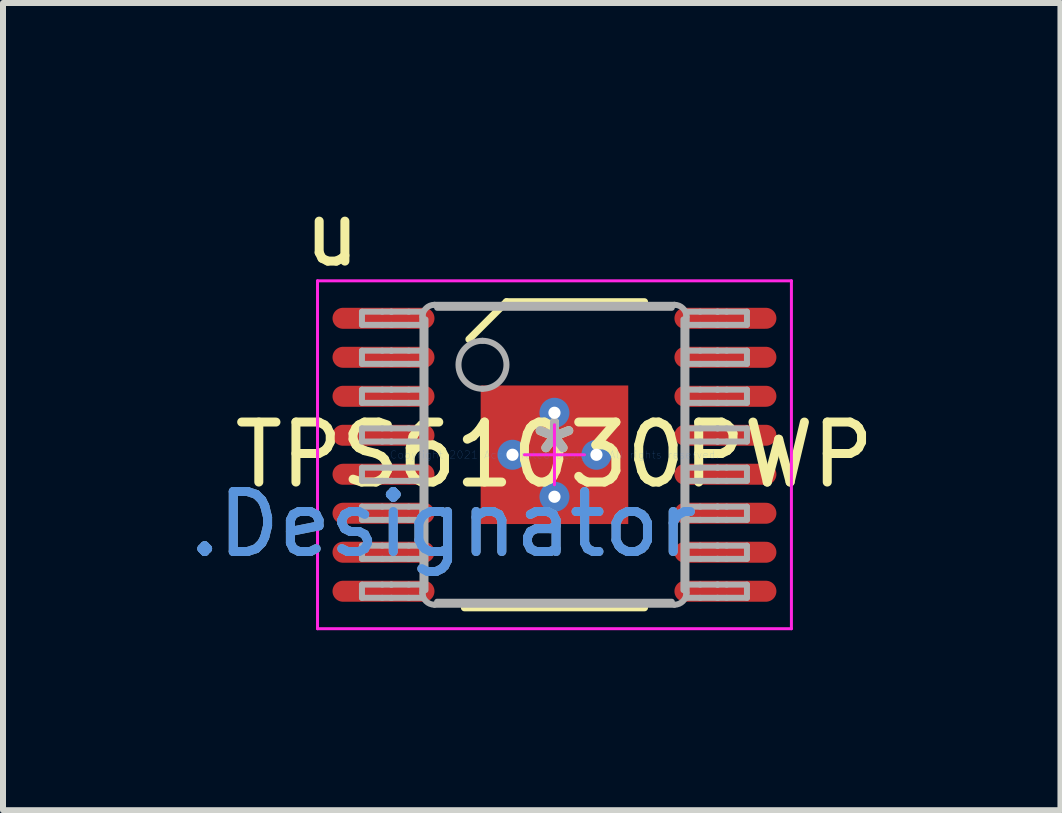
<source format=kicad_pcb>
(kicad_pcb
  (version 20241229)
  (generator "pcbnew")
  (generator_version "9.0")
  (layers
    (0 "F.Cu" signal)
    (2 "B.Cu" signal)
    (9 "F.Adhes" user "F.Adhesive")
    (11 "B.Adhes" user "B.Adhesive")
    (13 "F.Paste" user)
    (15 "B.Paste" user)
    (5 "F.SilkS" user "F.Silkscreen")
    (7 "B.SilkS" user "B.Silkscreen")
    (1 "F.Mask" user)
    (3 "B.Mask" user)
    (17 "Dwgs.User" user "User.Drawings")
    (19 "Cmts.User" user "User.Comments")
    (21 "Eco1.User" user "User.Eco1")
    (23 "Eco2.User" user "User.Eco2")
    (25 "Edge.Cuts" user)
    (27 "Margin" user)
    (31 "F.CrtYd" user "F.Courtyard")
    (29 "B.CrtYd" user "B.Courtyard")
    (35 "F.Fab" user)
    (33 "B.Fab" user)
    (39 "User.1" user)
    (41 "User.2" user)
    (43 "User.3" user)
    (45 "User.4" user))
  (footprint "TPS61030PWP"
    (layer "F.Cu")
    (at 6.193 4.531)
    (property "Reference" "TPS61030PWP" (at 0 0 0) (layer "F.SilkS") (effects (font (size 1 1) (thickness 0.15))))
    (attr through_hole)
    (fp_line (start -1.5 2.55) (end 1.5 2.55) (stroke (width 0.12) (type solid)) (layer "F.SilkS"))
    (fp_line (start -1.425 -1.925) (end -0.8 -2.55) (stroke (width 0.12) (type solid)) (layer "F.SilkS"))
    (fp_line (start -0.8 -2.55) (end 1.5 -2.55) (stroke (width 0.12) (type solid)) (layer "F.SilkS"))
    (fp_line (start -3.95 -2.9) (end 3.95 -2.9) (stroke (width 0.05) (type solid)) (layer "F.CrtYd"))
    (fp_line (start -3.95 2.9) (end -3.95 -2.9) (stroke (width 0.05) (type solid)) (layer "F.CrtYd"))
    (fp_line (start -3.95 2.9) (end 3.95 2.9) (stroke (width 0.05) (type solid)) (layer "F.CrtYd"))
    (fp_line (start -0.5 0.000003) (end 0.5 0.000003) (stroke (width 0.05) (type solid)) (layer "F.CrtYd"))
    (fp_line (start 0 0.5) (end 0 -0.5) (stroke (width 0.05) (type solid)) (layer "F.CrtYd"))
    (fp_line (start 3.95 2.9) (end 3.95 -2.9) (stroke (width 0.05) (type solid)) (layer "F.CrtYd"))
    (fp_line (start -3.209 -2.385) (end -2.871 -2.385) (stroke (width 0.1) (type solid)) (layer "F.Fab"))
    (fp_line (start -3.209 -2.165) (end -3.209 -2.385) (stroke (width 0.1) (type solid)) (layer "F.Fab"))
    (fp_line (start -3.209 -2.165) (end -2.871 -2.165) (stroke (width 0.1) (type solid)) (layer "F.Fab"))
    (fp_line (start -3.209 -1.735) (end -2.871 -1.735) (stroke (width 0.1) (type solid)) (layer "F.Fab"))
    (fp_line (start -3.209 -1.515) (end -3.209 -1.735) (stroke (width 0.1) (type solid)) (layer "F.Fab"))
    (fp_line (start -3.209 -1.515) (end -2.871 -1.515) (stroke (width 0.1) (type solid)) (layer "F.Fab"))
    (fp_line (start -3.209 -1.085) (end -2.871 -1.085) (stroke (width 0.1) (type solid)) (layer "F.Fab"))
    (fp_line (start -3.209 -0.865) (end -3.209 -1.085) (stroke (width 0.1) (type solid)) (layer "F.Fab"))
    (fp_line (start -3.209 -0.865) (end -2.871 -0.865) (stroke (width 0.1) (type solid)) (layer "F.Fab"))
    (fp_line (start -3.209 -0.44) (end -2.871 -0.44) (stroke (width 0.1) (type solid)) (layer "F.Fab"))
    (fp_line (start -3.209 -0.22) (end -3.209 -0.44) (stroke (width 0.1) (type solid)) (layer "F.Fab"))
    (fp_line (start -3.209 -0.22) (end -2.871 -0.22) (stroke (width 0.1) (type solid)) (layer "F.Fab"))
    (fp_line (start -3.209 0.215) (end -2.871 0.215) (stroke (width 0.1) (type solid)) (layer "F.Fab"))
    (fp_line (start -3.209 0.435) (end -3.209 0.215) (stroke (width 0.1) (type solid)) (layer "F.Fab"))
    (fp_line (start -3.209 0.435) (end -2.871 0.435) (stroke (width 0.1) (type solid)) (layer "F.Fab"))
    (fp_line (start -3.209 0.865) (end -2.871 0.865) (stroke (width 0.1) (type solid)) (layer "F.Fab"))
    (fp_line (start -3.209 1.085) (end -3.209 0.865) (stroke (width 0.1) (type solid)) (layer "F.Fab"))
    (fp_line (start -3.209 1.085) (end -2.871 1.085) (stroke (width 0.1) (type solid)) (layer "F.Fab"))
    (fp_line (start -3.209 1.515) (end -2.871 1.515) (stroke (width 0.1) (type solid)) (layer "F.Fab"))
    (fp_line (start -3.209 1.735) (end -3.209 1.515) (stroke (width 0.1) (type solid)) (layer "F.Fab"))
    (fp_line (start -3.209 1.735) (end -2.871 1.735) (stroke (width 0.1) (type solid)) (layer "F.Fab"))
    (fp_line (start -3.209 2.165) (end -2.871 2.165) (stroke (width 0.1) (type solid)) (layer "F.Fab"))
    (fp_line (start -3.209 2.385) (end -3.209 2.165) (stroke (width 0.1) (type solid)) (layer "F.Fab"))
    (fp_line (start -3.209 2.385) (end -2.871 2.385) (stroke (width 0.1) (type solid)) (layer "F.Fab"))
    (fp_line (start -2.871 -2.385) (end -2.723 -2.385) (stroke (width 0.1) (type solid)) (layer "F.Fab"))
    (fp_line (start -2.871 -2.165) (end -2.723 -2.165) (stroke (width 0.1) (type solid)) (layer "F.Fab"))
    (fp_line (start -2.871 -1.735) (end -2.723 -1.735) (stroke (width 0.1) (type solid)) (layer "F.Fab"))
    (fp_line (start -2.871 -1.515) (end -2.723 -1.515) (stroke (width 0.1) (type solid)) (layer "F.Fab"))
    (fp_line (start -2.871 -1.085) (end -2.723 -1.085) (stroke (width 0.1) (type solid)) (layer "F.Fab"))
    (fp_line (start -2.871 -0.865) (end -2.723 -0.865) (stroke (width 0.1) (type solid)) (layer "F.Fab"))
    (fp_line (start -2.871 -0.44) (end -2.723 -0.44) (stroke (width 0.1) (type solid)) (layer "F.Fab"))
    (fp_line (start -2.871 -0.22) (end -2.723 -0.22) (stroke (width 0.1) (type solid)) (layer "F.Fab"))
    (fp_line (start -2.871 0.215) (end -2.723 0.215) (stroke (width 0.1) (type solid)) (layer "F.Fab"))
    (fp_line (start -2.871 0.435) (end -2.723 0.435) (stroke (width 0.1) (type solid)) (layer "F.Fab"))
    (fp_line (start -2.871 0.865) (end -2.723 0.865) (stroke (width 0.1) (type solid)) (layer "F.Fab"))
    (fp_line (start -2.871 1.085) (end -2.723 1.085) (stroke (width 0.1) (type solid)) (layer "F.Fab"))
    (fp_line (start -2.871 1.515) (end -2.723 1.515) (stroke (width 0.1) (type solid)) (layer "F.Fab"))
    (fp_line (start -2.871 1.735) (end -2.723 1.735) (stroke (width 0.1) (type solid)) (layer "F.Fab"))
    (fp_line (start -2.871 2.165) (end -2.723 2.165) (stroke (width 0.1) (type solid)) (layer "F.Fab"))
    (fp_line (start -2.871 2.385) (end -2.723 2.385) (stroke (width 0.1) (type solid)) (layer "F.Fab"))
    (fp_line (start -2.723 -2.385) (end -2.714 -2.385) (stroke (width 0.1) (type solid)) (layer "F.Fab"))
    (fp_line (start -2.723 -2.165) (end -2.714 -2.165) (stroke (width 0.1) (type solid)) (layer "F.Fab"))
    (fp_line (start -2.723 -1.735) (end -2.714 -1.735) (stroke (width 0.1) (type solid)) (layer "F.Fab"))
    (fp_line (start -2.723 -1.515) (end -2.714 -1.515) (stroke (width 0.1) (type solid)) (layer "F.Fab"))
    (fp_line (start -2.723 -1.085) (end -2.714 -1.085) (stroke (width 0.1) (type solid)) (layer "F.Fab"))
    (fp_line (start -2.723 -0.865) (end -2.714 -0.865) (stroke (width 0.1) (type solid)) (layer "F.Fab"))
    (fp_line (start -2.723 -0.44) (end -2.714 -0.44) (stroke (width 0.1) (type solid)) (layer "F.Fab"))
    (fp_line (start -2.723 -0.22) (end -2.714 -0.22) (stroke (width 0.1) (type solid)) (layer "F.Fab"))
    (fp_line (start -2.723 0.215) (end -2.714 0.215) (stroke (width 0.1) (type solid)) (layer "F.Fab"))
    (fp_line (start -2.723 0.435) (end -2.714 0.435) (stroke (width 0.1) (type solid)) (layer "F.Fab"))
    (fp_line (start -2.723 0.865) (end -2.714 0.865) (stroke (width 0.1) (type solid)) (layer "F.Fab"))
    (fp_line (start -2.723 1.085) (end -2.714 1.085) (stroke (width 0.1) (type solid)) (layer "F.Fab"))
    (fp_line (start -2.723 1.515) (end -2.714 1.515) (stroke (width 0.1) (type solid)) (layer "F.Fab"))
    (fp_line (start -2.723 1.735) (end -2.714 1.735) (stroke (width 0.1) (type solid)) (layer "F.Fab"))
    (fp_line (start -2.723 2.165) (end -2.714 2.165) (stroke (width 0.1) (type solid)) (layer "F.Fab"))
    (fp_line (start -2.723 2.385) (end -2.714 2.385) (stroke (width 0.1) (type solid)) (layer "F.Fab"))
    (fp_line (start -2.714 -2.385) (end -2.429 -2.385) (stroke (width 0.1) (type solid)) (layer "F.Fab"))
    (fp_line (start -2.714 -2.165) (end -2.429 -2.165) (stroke (width 0.1) (type solid)) (layer "F.Fab"))
    (fp_line (start -2.714 -1.735) (end -2.429 -1.735) (stroke (width 0.1) (type solid)) (layer "F.Fab"))
    (fp_line (start -2.714 -1.515) (end -2.429 -1.515) (stroke (width 0.1) (type solid)) (layer "F.Fab"))
    (fp_line (start -2.714 -1.085) (end -2.429 -1.085) (stroke (width 0.1) (type solid)) (layer "F.Fab"))
    (fp_line (start -2.714 -0.865) (end -2.429 -0.865) (stroke (width 0.1) (type solid)) (layer "F.Fab"))
    (fp_line (start -2.714 -0.44) (end -2.429 -0.44) (stroke (width 0.1) (type solid)) (layer "F.Fab"))
    (fp_line (start -2.714 -0.22) (end -2.429 -0.22) (stroke (width 0.1) (type solid)) (layer "F.Fab"))
    (fp_line (start -2.714 0.215) (end -2.429 0.215) (stroke (width 0.1) (type solid)) (layer "F.Fab"))
    (fp_line (start -2.714 0.435) (end -2.429 0.435) (stroke (width 0.1) (type solid)) (layer "F.Fab"))
    (fp_line (start -2.714 0.865) (end -2.429 0.865) (stroke (width 0.1) (type solid)) (layer "F.Fab"))
    (fp_line (start -2.714 1.085) (end -2.429 1.085) (stroke (width 0.1) (type solid)) (layer "F.Fab"))
    (fp_line (start -2.714 1.515) (end -2.429 1.515) (stroke (width 0.1) (type solid)) (layer "F.Fab"))
    (fp_line (start -2.714 1.735) (end -2.429 1.735) (stroke (width 0.1) (type solid)) (layer "F.Fab"))
    (fp_line (start -2.714 2.165) (end -2.429 2.165) (stroke (width 0.1) (type solid)) (layer "F.Fab"))
    (fp_line (start -2.714 2.385) (end -2.429 2.385) (stroke (width 0.1) (type solid)) (layer "F.Fab"))
    (fp_line (start -2.429 -2.385) (end -2.2 -2.385) (stroke (width 0.1) (type solid)) (layer "F.Fab"))
    (fp_line (start -2.429 -2.165) (end -2.2 -2.165) (stroke (width 0.1) (type solid)) (layer "F.Fab"))
    (fp_line (start -2.429 -1.735) (end -2.2 -1.735) (stroke (width 0.1) (type solid)) (layer "F.Fab"))
    (fp_line (start -2.429 -1.515) (end -2.2 -1.515) (stroke (width 0.1) (type solid)) (layer "F.Fab"))
    (fp_line (start -2.429 -1.085) (end -2.2 -1.085) (stroke (width 0.1) (type solid)) (layer "F.Fab"))
    (fp_line (start -2.429 -0.865) (end -2.2 -0.865) (stroke (width 0.1) (type solid)) (layer "F.Fab"))
    (fp_line (start -2.429 -0.44) (end -2.2 -0.44) (stroke (width 0.1) (type solid)) (layer "F.Fab"))
    (fp_line (start -2.429 -0.22) (end -2.2 -0.22) (stroke (width 0.1) (type solid)) (layer "F.Fab"))
    (fp_line (start -2.429 0.215) (end -2.2 0.215) (stroke (width 0.1) (type solid)) (layer "F.Fab"))
    (fp_line (start -2.429 0.435) (end -2.2 0.435) (stroke (width 0.1) (type solid)) (layer "F.Fab"))
    (fp_line (start -2.429 0.865) (end -2.2 0.865) (stroke (width 0.1) (type solid)) (layer "F.Fab"))
    (fp_line (start -2.429 1.085) (end -2.2 1.085) (stroke (width 0.1) (type solid)) (layer "F.Fab"))
    (fp_line (start -2.429 1.515) (end -2.2 1.515) (stroke (width 0.1) (type solid)) (layer "F.Fab"))
    (fp_line (start -2.429 1.735) (end -2.2 1.735) (stroke (width 0.1) (type solid)) (layer "F.Fab"))
    (fp_line (start -2.429 2.165) (end -2.2 2.165) (stroke (width 0.1) (type solid)) (layer "F.Fab"))
    (fp_line (start -2.429 2.385) (end -2.2 2.385) (stroke (width 0.1) (type solid)) (layer "F.Fab"))
    (fp_line (start -2.2 -2.165) (end -2.2 -2.385) (stroke (width 0.1) (type solid)) (layer "F.Fab"))
    (fp_line (start -2.2 -1.515) (end -2.2 -1.735) (stroke (width 0.1) (type solid)) (layer "F.Fab"))
    (fp_line (start -2.2 -0.865) (end -2.2 -1.085) (stroke (width 0.1) (type solid)) (layer "F.Fab"))
    (fp_line (start -2.2 -0.22) (end -2.2 -0.44) (stroke (width 0.1) (type solid)) (layer "F.Fab"))
    (fp_line (start -2.2 0.435) (end -2.2 0.215) (stroke (width 0.1) (type solid)) (layer "F.Fab"))
    (fp_line (start -2.2 1.085) (end -2.2 0.865) (stroke (width 0.1) (type solid)) (layer "F.Fab"))
    (fp_line (start -2.2 1.735) (end -2.2 1.515) (stroke (width 0.1) (type solid)) (layer "F.Fab"))
    (fp_line (start -2.2 2.3) (end -2.2 -2.3) (stroke (width 0.1) (type solid)) (layer "F.Fab"))
    (fp_line (start -2.2 2.385) (end -2.2 2.165) (stroke (width 0.1) (type solid)) (layer "F.Fab"))
    (fp_line (start -2.15 2.256) (end -2.15 -2.256) (stroke (width 0.1) (type solid)) (layer "F.Fab"))
    (fp_line (start -2 -2.5) (end 2 -2.5) (stroke (width 0.1) (type solid)) (layer "F.Fab"))
    (fp_line (start -2 2.5) (end 2 2.5) (stroke (width 0.1) (type solid)) (layer "F.Fab"))
    (fp_line (start -1.956 -2.45) (end 1.956 -2.45) (stroke (width 0.1) (type solid)) (layer "F.Fab"))
    (fp_line (start -1.956 2.45) (end 1.956 2.45) (stroke (width 0.1) (type solid)) (layer "F.Fab"))
    (fp_line (start 2.15 2.256) (end 2.15 -2.256) (stroke (width 0.1) (type solid)) (layer "F.Fab"))
    (fp_line (start 2.2 -2.385) (end 2.429 -2.385) (stroke (width 0.1) (type solid)) (layer "F.Fab"))
    (fp_line (start 2.2 -2.165) (end 2.2 -2.385) (stroke (width 0.1) (type solid)) (layer "F.Fab"))
    (fp_line (start 2.2 -2.165) (end 2.429 -2.165) (stroke (width 0.1) (type solid)) (layer "F.Fab"))
    (fp_line (start 2.2 -1.735) (end 2.429 -1.735) (stroke (width 0.1) (type solid)) (layer "F.Fab"))
    (fp_line (start 2.2 -1.515) (end 2.2 -1.735) (stroke (width 0.1) (type solid)) (layer "F.Fab"))
    (fp_line (start 2.2 -1.515) (end 2.429 -1.515) (stroke (width 0.1) (type solid)) (layer "F.Fab"))
    (fp_line (start 2.2 -1.085) (end 2.429 -1.085) (stroke (width 0.1) (type solid)) (layer "F.Fab"))
    (fp_line (start 2.2 -0.865) (end 2.2 -1.085) (stroke (width 0.1) (type solid)) (layer "F.Fab"))
    (fp_line (start 2.2 -0.865) (end 2.429 -0.865) (stroke (width 0.1) (type solid)) (layer "F.Fab"))
    (fp_line (start 2.2 -0.44) (end 2.429 -0.44) (stroke (width 0.1) (type solid)) (layer "F.Fab"))
    (fp_line (start 2.2 -0.22) (end 2.2 -0.44) (stroke (width 0.1) (type solid)) (layer "F.Fab"))
    (fp_line (start 2.2 -0.22) (end 2.429 -0.22) (stroke (width 0.1) (type solid)) (layer "F.Fab"))
    (fp_line (start 2.2 0.215) (end 2.429 0.215) (stroke (width 0.1) (type solid)) (layer "F.Fab"))
    (fp_line (start 2.2 0.435) (end 2.2 0.215) (stroke (width 0.1) (type solid)) (layer "F.Fab"))
    (fp_line (start 2.2 0.435) (end 2.429 0.435) (stroke (width 0.1) (type solid)) (layer "F.Fab"))
    (fp_line (start 2.2 0.865) (end 2.429 0.865) (stroke (width 0.1) (type solid)) (layer "F.Fab"))
    (fp_line (start 2.2 1.085) (end 2.2 0.865) (stroke (width 0.1) (type solid)) (layer "F.Fab"))
    (fp_line (start 2.2 1.085) (end 2.429 1.085) (stroke (width 0.1) (type solid)) (layer "F.Fab"))
    (fp_line (start 2.2 1.515) (end 2.429 1.515) (stroke (width 0.1) (type solid)) (layer "F.Fab"))
    (fp_line (start 2.2 1.735) (end 2.2 1.515) (stroke (width 0.1) (type solid)) (layer "F.Fab"))
    (fp_line (start 2.2 1.735) (end 2.429 1.735) (stroke (width 0.1) (type solid)) (layer "F.Fab"))
    (fp_line (start 2.2 2.165) (end 2.429 2.165) (stroke (width 0.1) (type solid)) (layer "F.Fab"))
    (fp_line (start 2.2 2.3) (end 2.2 -2.3) (stroke (width 0.1) (type solid)) (layer "F.Fab"))
    (fp_line (start 2.2 2.385) (end 2.2 2.165) (stroke (width 0.1) (type solid)) (layer "F.Fab"))
    (fp_line (start 2.2 2.385) (end 2.429 2.385) (stroke (width 0.1) (type solid)) (layer "F.Fab"))
    (fp_line (start 2.429 -2.385) (end 2.714 -2.385) (stroke (width 0.1) (type solid)) (layer "F.Fab"))
    (fp_line (start 2.429 -2.165) (end 2.714 -2.165) (stroke (width 0.1) (type solid)) (layer "F.Fab"))
    (fp_line (start 2.429 -1.735) (end 2.714 -1.735) (stroke (width 0.1) (type solid)) (layer "F.Fab"))
    (fp_line (start 2.429 -1.515) (end 2.714 -1.515) (stroke (width 0.1) (type solid)) (layer "F.Fab"))
    (fp_line (start 2.429 -1.085) (end 2.714 -1.085) (stroke (width 0.1) (type solid)) (layer "F.Fab"))
    (fp_line (start 2.429 -0.865) (end 2.714 -0.865) (stroke (width 0.1) (type solid)) (layer "F.Fab"))
    (fp_line (start 2.429 -0.44) (end 2.714 -0.44) (stroke (width 0.1) (type solid)) (layer "F.Fab"))
    (fp_line (start 2.429 -0.22) (end 2.714 -0.22) (stroke (width 0.1) (type solid)) (layer "F.Fab"))
    (fp_line (start 2.429 0.215) (end 2.714 0.215) (stroke (width 0.1) (type solid)) (layer "F.Fab"))
    (fp_line (start 2.429 0.435) (end 2.714 0.435) (stroke (width 0.1) (type solid)) (layer "F.Fab"))
    (fp_line (start 2.429 0.865) (end 2.714 0.865) (stroke (width 0.1) (type solid)) (layer "F.Fab"))
    (fp_line (start 2.429 1.085) (end 2.714 1.085) (stroke (width 0.1) (type solid)) (layer "F.Fab"))
    (fp_line (start 2.429 1.515) (end 2.714 1.515) (stroke (width 0.1) (type solid)) (layer "F.Fab"))
    (fp_line (start 2.429 1.735) (end 2.714 1.735) (stroke (width 0.1) (type solid)) (layer "F.Fab"))
    (fp_line (start 2.429 2.165) (end 2.714 2.165) (stroke (width 0.1) (type solid)) (layer "F.Fab"))
    (fp_line (start 2.429 2.385) (end 2.714 2.385) (stroke (width 0.1) (type solid)) (layer "F.Fab"))
    (fp_line (start 2.714 -2.385) (end 2.723 -2.385) (stroke (width 0.1) (type solid)) (layer "F.Fab"))
    (fp_line (start 2.714 -2.165) (end 2.723 -2.165) (stroke (width 0.1) (type solid)) (layer "F.Fab"))
    (fp_line (start 2.714 -1.735) (end 2.723 -1.735) (stroke (width 0.1) (type solid)) (layer "F.Fab"))
    (fp_line (start 2.714 -1.515) (end 2.723 -1.515) (stroke (width 0.1) (type solid)) (layer "F.Fab"))
    (fp_line (start 2.714 -1.085) (end 2.723 -1.085) (stroke (width 0.1) (type solid)) (layer "F.Fab"))
    (fp_line (start 2.714 -0.865) (end 2.723 -0.865) (stroke (width 0.1) (type solid)) (layer "F.Fab"))
    (fp_line (start 2.714 -0.44) (end 2.723 -0.44) (stroke (width 0.1) (type solid)) (layer "F.Fab"))
    (fp_line (start 2.714 -0.22) (end 2.723 -0.22) (stroke (width 0.1) (type solid)) (layer "F.Fab"))
    (fp_line (start 2.714 0.215) (end 2.723 0.215) (stroke (width 0.1) (type solid)) (layer "F.Fab"))
    (fp_line (start 2.714 0.435) (end 2.723 0.435) (stroke (width 0.1) (type solid)) (layer "F.Fab"))
    (fp_line (start 2.714 0.865) (end 2.723 0.865) (stroke (width 0.1) (type solid)) (layer "F.Fab"))
    (fp_line (start 2.714 1.085) (end 2.723 1.085) (stroke (width 0.1) (type solid)) (layer "F.Fab"))
    (fp_line (start 2.714 1.515) (end 2.723 1.515) (stroke (width 0.1) (type solid)) (layer "F.Fab"))
    (fp_line (start 2.714 1.735) (end 2.723 1.735) (stroke (width 0.1) (type solid)) (layer "F.Fab"))
    (fp_line (start 2.714 2.165) (end 2.723 2.165) (stroke (width 0.1) (type solid)) (layer "F.Fab"))
    (fp_line (start 2.714 2.385) (end 2.723 2.385) (stroke (width 0.1) (type solid)) (layer "F.Fab"))
    (fp_line (start 2.723 -2.385) (end 2.871 -2.385) (stroke (width 0.1) (type solid)) (layer "F.Fab"))
    (fp_line (start 2.723 -2.165) (end 2.871 -2.165) (stroke (width 0.1) (type solid)) (layer "F.Fab"))
    (fp_line (start 2.723 -1.735) (end 2.871 -1.735) (stroke (width 0.1) (type solid)) (layer "F.Fab"))
    (fp_line (start 2.723 -1.515) (end 2.871 -1.515) (stroke (width 0.1) (type solid)) (layer "F.Fab"))
    (fp_line (start 2.723 -1.085) (end 2.871 -1.085) (stroke (width 0.1) (type solid)) (layer "F.Fab"))
    (fp_line (start 2.723 -0.865) (end 2.871 -0.865) (stroke (width 0.1) (type solid)) (layer "F.Fab"))
    (fp_line (start 2.723 -0.44) (end 2.871 -0.44) (stroke (width 0.1) (type solid)) (layer "F.Fab"))
    (fp_line (start 2.723 -0.22) (end 2.871 -0.22) (stroke (width 0.1) (type solid)) (layer "F.Fab"))
    (fp_line (start 2.723 0.215) (end 2.871 0.215) (stroke (width 0.1) (type solid)) (layer "F.Fab"))
    (fp_line (start 2.723 0.435) (end 2.871 0.435) (stroke (width 0.1) (type solid)) (layer "F.Fab"))
    (fp_line (start 2.723 0.865) (end 2.871 0.865) (stroke (width 0.1) (type solid)) (layer "F.Fab"))
    (fp_line (start 2.723 1.085) (end 2.871 1.085) (stroke (width 0.1) (type solid)) (layer "F.Fab"))
    (fp_line (start 2.723 1.515) (end 2.871 1.515) (stroke (width 0.1) (type solid)) (layer "F.Fab"))
    (fp_line (start 2.723 1.735) (end 2.871 1.735) (stroke (width 0.1) (type solid)) (layer "F.Fab"))
    (fp_line (start 2.723 2.165) (end 2.871 2.165) (stroke (width 0.1) (type solid)) (layer "F.Fab"))
    (fp_line (start 2.723 2.385) (end 2.871 2.385) (stroke (width 0.1) (type solid)) (layer "F.Fab"))
    (fp_line (start 2.871 -2.385) (end 3.209 -2.385) (stroke (width 0.1) (type solid)) (layer "F.Fab"))
    (fp_line (start 2.871 -2.165) (end 3.209 -2.165) (stroke (width 0.1) (type solid)) (layer "F.Fab"))
    (fp_line (start 2.871 -1.735) (end 3.209 -1.735) (stroke (width 0.1) (type solid)) (layer "F.Fab"))
    (fp_line (start 2.871 -1.515) (end 3.209 -1.515) (stroke (width 0.1) (type solid)) (layer "F.Fab"))
    (fp_line (start 2.871 -1.085) (end 3.209 -1.085) (stroke (width 0.1) (type solid)) (layer "F.Fab"))
    (fp_line (start 2.871 -0.865) (end 3.209 -0.865) (stroke (width 0.1) (type solid)) (layer "F.Fab"))
    (fp_line (start 2.871 -0.44) (end 3.209 -0.44) (stroke (width 0.1) (type solid)) (layer "F.Fab"))
    (fp_line (start 2.871 -0.22) (end 3.209 -0.22) (stroke (width 0.1) (type solid)) (layer "F.Fab"))
    (fp_line (start 2.871 0.215) (end 3.209 0.215) (stroke (width 0.1) (type solid)) (layer "F.Fab"))
    (fp_line (start 2.871 0.435) (end 3.209 0.435) (stroke (width 0.1) (type solid)) (layer "F.Fab"))
    (fp_line (start 2.871 0.865) (end 3.209 0.865) (stroke (width 0.1) (type solid)) (layer "F.Fab"))
    (fp_line (start 2.871 1.085) (end 3.209 1.085) (stroke (width 0.1) (type solid)) (layer "F.Fab"))
    (fp_line (start 2.871 1.515) (end 3.209 1.515) (stroke (width 0.1) (type solid)) (layer "F.Fab"))
    (fp_line (start 2.871 1.735) (end 3.209 1.735) (stroke (width 0.1) (type solid)) (layer "F.Fab"))
    (fp_line (start 2.871 2.165) (end 3.209 2.165) (stroke (width 0.1) (type solid)) (layer "F.Fab"))
    (fp_line (start 2.871 2.385) (end 3.209 2.385) (stroke (width 0.1) (type solid)) (layer "F.Fab"))
    (fp_line (start 3.209 -2.165) (end 3.209 -2.385) (stroke (width 0.1) (type solid)) (layer "F.Fab"))
    (fp_line (start 3.209 -1.515) (end 3.209 -1.735) (stroke (width 0.1) (type solid)) (layer "F.Fab"))
    (fp_line (start 3.209 -0.865) (end 3.209 -1.085) (stroke (width 0.1) (type solid)) (layer "F.Fab"))
    (fp_line (start 3.209 -0.22) (end 3.209 -0.44) (stroke (width 0.1) (type solid)) (layer "F.Fab"))
    (fp_line (start 3.209 0.435) (end 3.209 0.215) (stroke (width 0.1) (type solid)) (layer "F.Fab"))
    (fp_line (start 3.209 1.085) (end 3.209 0.865) (stroke (width 0.1) (type solid)) (layer "F.Fab"))
    (fp_line (start 3.209 1.735) (end 3.209 1.515) (stroke (width 0.1) (type solid)) (layer "F.Fab"))
    (fp_line (start 3.209 2.385) (end 3.209 2.165) (stroke (width 0.1) (type solid)) (layer "F.Fab"))
    (fp_arc (start -2.2 -2.300016) (mid -2.141422 -2.441437) (end -2.000001 -2.500015) (stroke (width 0.1) (type solid)) (layer "F.Fab"))
    (fp_arc (start -2.000001 2.5) (mid -2.141422 2.441421) (end -2.200001 2.3) (stroke (width 0.1) (type solid)) (layer "F.Fab"))
    (fp_arc (start -1.200003 -1.900016) (mid -0.800004 -1.500017) (end -1.200003 -1.100018) (stroke (width 0.1) (type solid)) (layer "F.Fab"))
    (fp_arc (start -1.200003 -1.100018) (mid -1.600002 -1.500017) (end -1.200003 -1.900016) (stroke (width 0.1) (type solid)) (layer "F.Fab"))
    (fp_arc (start 1.999991 -2.500015) (mid 2.141412 -2.441437) (end 2.19999 -2.300016) (stroke (width 0.1) (type solid)) (layer "F.Fab"))
    (fp_arc (start 2.199991 2.3) (mid 2.141412 2.441421) (end 1.999991 2.5) (stroke (width 0.1) (type solid)) (layer "F.Fab"))
    (fp_text user "u" (at -3.708 -3.683 0) (layer "F.SilkS") (effects (font (size 1 1) (thickness 0.15))))
    (fp_text user "*" (at 0 0 0) (layer "F.SilkS") (effects (font (size 1 1) (thickness 0.15))))
    (fp_text user ".Designator" (at -1.854 1.158 0) (layer "Cmts.User") (effects (font (size 1 1) (thickness 0.15))))
    (fp_text user "Copyright 2021 Accelerated Designs. All rights reserved." (at 0 0 0) (layer "Cmts.User") (effects (font (size 0.127 0.127) (thickness 0.002))))
    (fp_text user ".Designator" (at -1.854 1.158 0) (layer "F.Fab") (effects (font (size 1 1) (thickness 0.15))))
    (fp_text user "*" (at 0 0 0) (layer "F.Fab") (effects (font (size 1 1) (thickness 0.15))))
    (pad "1" smd oval (at -2.85 -2.275 90) (size 0.35 1.7) (layers "F.Cu" "F.Mask" "F.Paste"))
    (pad "2" smd oval (at -2.85 -1.625 90) (size 0.35 1.7) (layers "F.Cu" "F.Mask" "F.Paste"))
    (pad "3" smd oval (at -2.85 -0.975 90) (size 0.35 1.7) (layers "F.Cu" "F.Mask" "F.Paste"))
    (pad "4" smd oval (at -2.85 -0.325 90) (size 0.35 1.7) (layers "F.Cu" "F.Mask" "F.Paste"))
    (pad "5" smd oval (at -2.85 0.325 90) (size 0.35 1.7) (layers "F.Cu" "F.Mask" "F.Paste"))
    (pad "6" smd oval (at -2.85 0.975 90) (size 0.35 1.7) (layers "F.Cu" "F.Mask" "F.Paste"))
    (pad "7" smd oval (at -2.85 1.625 90) (size 0.35 1.7) (layers "F.Cu" "F.Mask" "F.Paste"))
    (pad "8" smd oval (at -2.85 2.275 90) (size 0.35 1.7) (layers "F.Cu" "F.Mask" "F.Paste"))
    (pad "9" smd oval (at 2.85 2.275 90) (size 0.35 1.7) (layers "F.Cu" "F.Mask" "F.Paste"))
    (pad "10" smd oval (at 2.85 1.625 90) (size 0.35 1.7) (layers "F.Cu" "F.Mask" "F.Paste"))
    (pad "11" smd oval (at 2.85 0.975 90) (size 0.35 1.7) (layers "F.Cu" "F.Mask" "F.Paste"))
    (pad "12" smd oval (at 2.85 0.325 90) (size 0.35 1.7) (layers "F.Cu" "F.Mask" "F.Paste"))
    (pad "13" smd oval (at 2.85 -0.325 90) (size 0.35 1.7) (layers "F.Cu" "F.Mask" "F.Paste"))
    (pad "14" smd oval (at 2.85 -0.975 90) (size 0.35 1.7) (layers "F.Cu" "F.Mask" "F.Paste"))
    (pad "15" smd oval (at 2.85 -1.625 90) (size 0.35 1.7) (layers "F.Cu" "F.Mask" "F.Paste"))
    (pad "16" smd oval (at 2.85 -2.275 90) (size 0.35 1.7) (layers "F.Cu" "F.Mask" "F.Paste"))
    (pad "17" smd rect (at 0 0) (size 2.46 2.31) (layers "F.Cu" "F.Mask" "F.Paste"))
    (pad "V" thru_hole circle (at -0.7 0) (size 0.5 0.5) (drill 0.203) (layers "*.Cu" "*.Mask"))
    (pad "V" thru_hole circle (at 0 -0.7) (size 0.5 0.5) (drill 0.203) (layers "*.Cu" "*.Mask"))
    (pad "V" thru_hole circle (at 0 0.7) (size 0.5 0.5) (drill 0.203) (layers "*.Cu" "*.Mask"))
    (pad "V" thru_hole circle (at 0.7 0) (size 0.5 0.5) (drill 0.203) (layers "*.Cu" "*.Mask")))
  (gr_rect
    (start -3 -3)
    (end 14.628 10.456)
    (stroke (width 0.1) (type default))
    (fill no)
    (layer "Edge.Cuts")))
</source>
